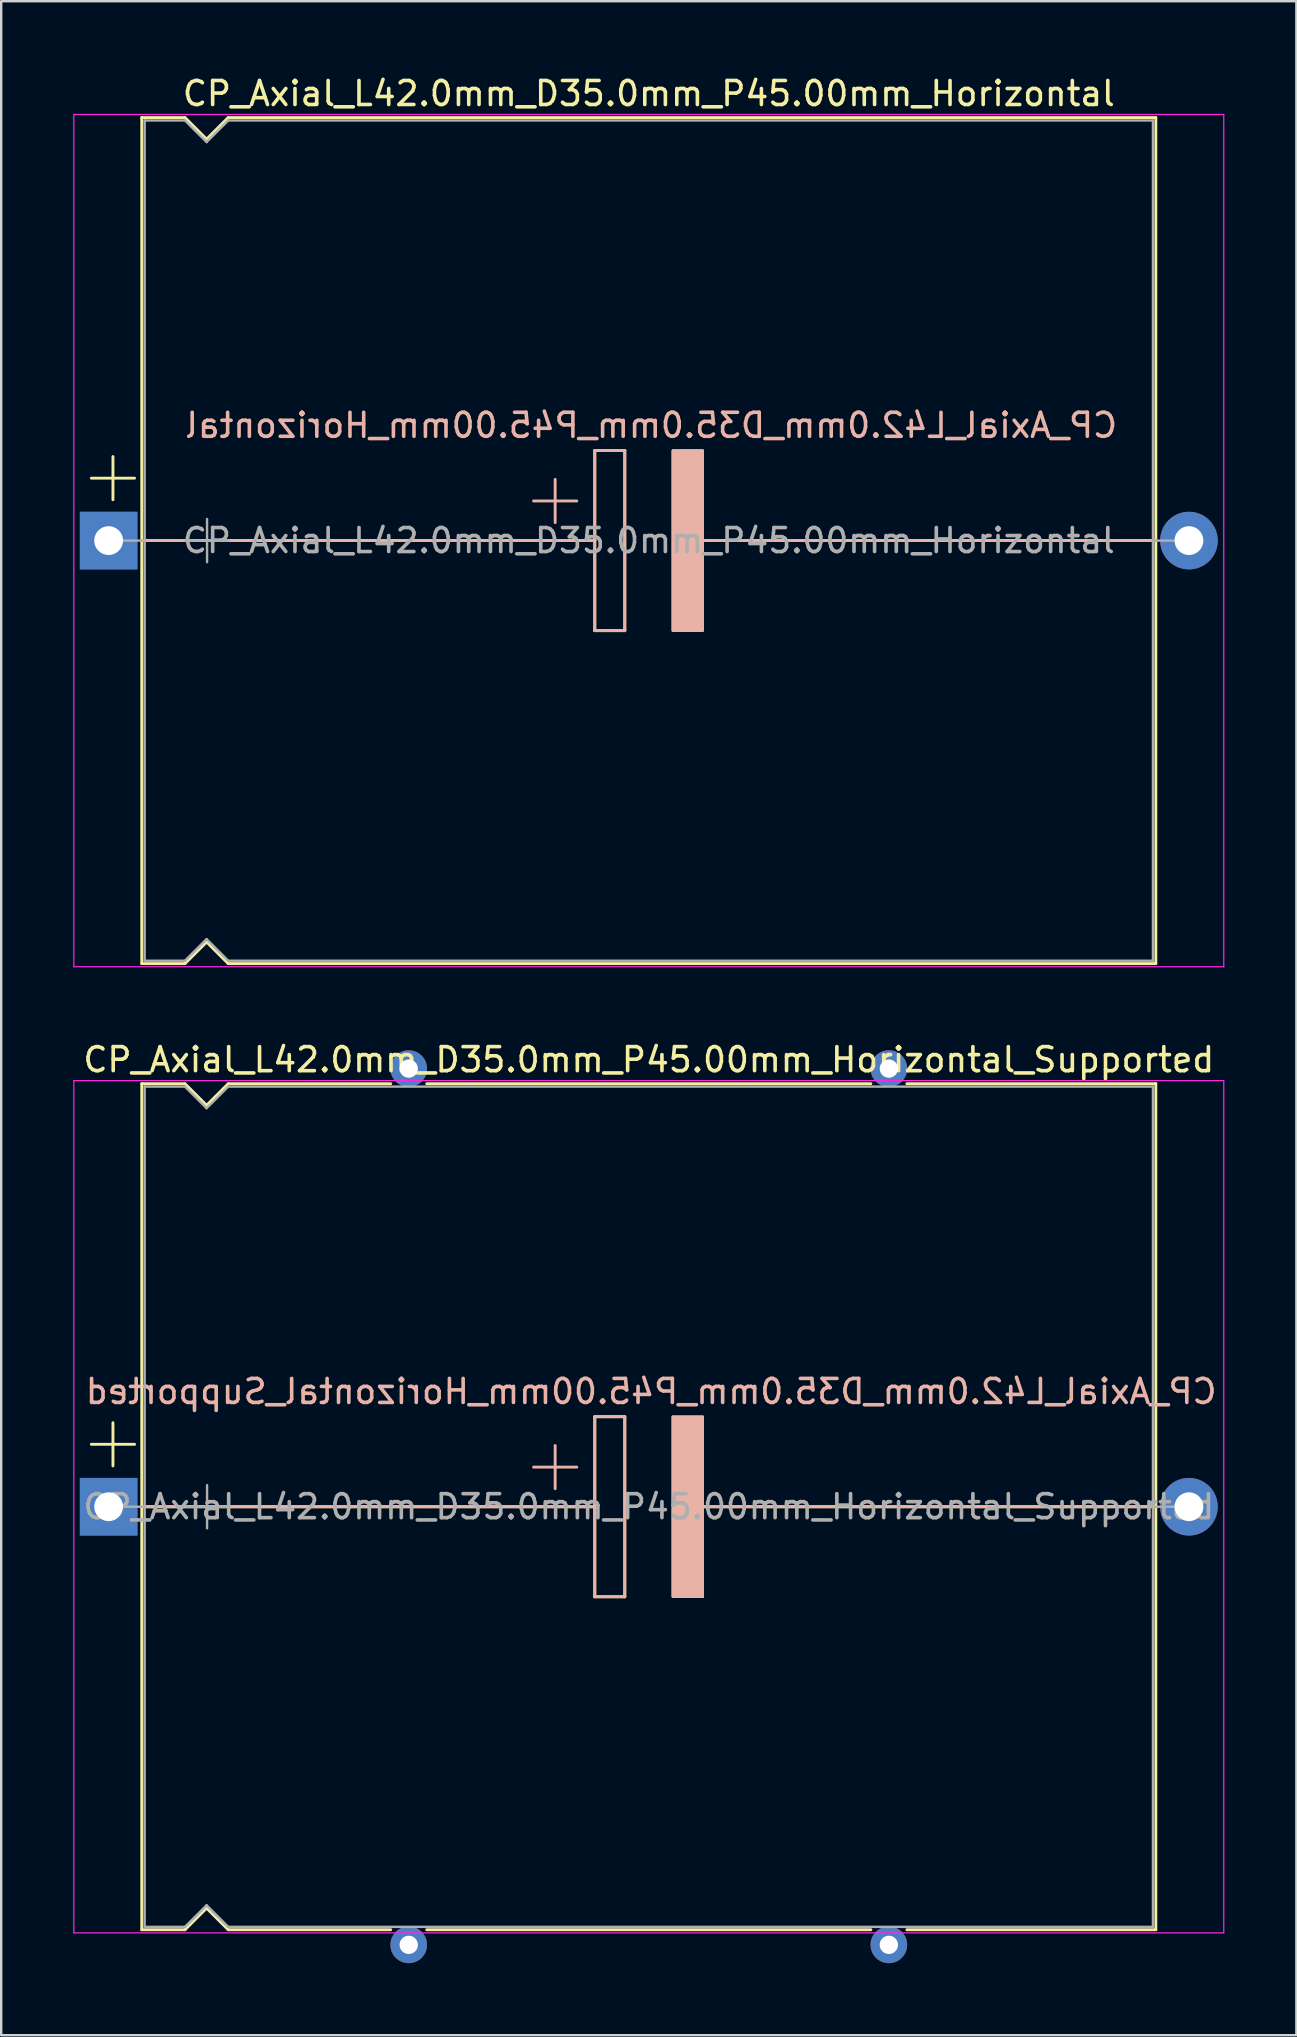
<source format=kicad_pcb>
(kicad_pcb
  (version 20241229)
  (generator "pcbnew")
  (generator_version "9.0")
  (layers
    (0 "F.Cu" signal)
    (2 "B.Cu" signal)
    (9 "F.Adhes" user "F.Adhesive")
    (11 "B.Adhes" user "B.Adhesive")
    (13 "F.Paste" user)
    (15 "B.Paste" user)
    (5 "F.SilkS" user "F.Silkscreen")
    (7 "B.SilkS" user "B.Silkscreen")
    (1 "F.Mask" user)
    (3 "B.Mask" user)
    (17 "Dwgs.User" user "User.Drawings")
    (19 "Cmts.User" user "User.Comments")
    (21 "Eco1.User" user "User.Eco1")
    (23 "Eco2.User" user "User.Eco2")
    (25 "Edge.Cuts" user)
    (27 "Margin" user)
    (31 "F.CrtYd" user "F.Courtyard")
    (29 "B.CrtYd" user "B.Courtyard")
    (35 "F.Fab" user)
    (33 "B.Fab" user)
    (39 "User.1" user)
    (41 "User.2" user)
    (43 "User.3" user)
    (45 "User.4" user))
  (footprint "CP_Axial_L42.0mm_D35.0mm_P45.00mm_Horizontal"
    (layer "F.Cu")
    (at 1.475 19.468)
    (property "Reference" "CP_Axial_L42.0mm_D35.0mm_P45.00mm_Horizontal" (at 22.5 -18.62 0) (layer "F.SilkS") (effects (font (size 1 1) (thickness 0.15))))
    (fp_line (start -0.72 -2.6) (end 1.08 -2.6) (stroke (width 0.12) (type solid)) (layer "F.SilkS"))
    (fp_line (start 0.18 -3.5) (end 0.18 -1.7) (stroke (width 0.12) (type solid)) (layer "F.SilkS"))
    (fp_line (start 1.38 -17.62) (end 1.38 17.62) (stroke (width 0.12) (type solid)) (layer "F.SilkS"))
    (fp_line (start 1.38 -17.62) (end 3.18 -17.62) (stroke (width 0.12) (type solid)) (layer "F.SilkS"))
    (fp_line (start 1.38 17.62) (end 3.18 17.62) (stroke (width 0.12) (type solid)) (layer "F.SilkS"))
    (fp_line (start 1.397 0) (end 20.25 0) (stroke (width 0.12) (type solid)) (layer "F.SilkS"))
    (fp_line (start 3.18 -17.62) (end 4.08 -16.72) (stroke (width 0.12) (type solid)) (layer "F.SilkS"))
    (fp_line (start 3.18 17.62) (end 4.08 16.72) (stroke (width 0.12) (type solid)) (layer "F.SilkS"))
    (fp_line (start 4.08 -16.72) (end 4.98 -17.62) (stroke (width 0.12) (type solid)) (layer "F.SilkS"))
    (fp_line (start 4.08 16.72) (end 4.98 17.62) (stroke (width 0.12) (type solid)) (layer "F.SilkS"))
    (fp_line (start 4.98 -17.62) (end 43.62 -17.62) (stroke (width 0.12) (type solid)) (layer "F.SilkS"))
    (fp_line (start 4.98 17.62) (end 43.62 17.62) (stroke (width 0.12) (type solid)) (layer "F.SilkS"))
    (fp_line (start 20.25 -3.75) (end 21.5 -3.75) (stroke (width 0.12) (type solid)) (layer "F.SilkS"))
    (fp_line (start 20.25 0) (end 20.25 -3.75) (stroke (width 0.12) (type solid)) (layer "F.SilkS"))
    (fp_line (start 20.25 3.75) (end 20.25 0) (stroke (width 0.12) (type solid)) (layer "F.SilkS"))
    (fp_line (start 21.5 -3.75) (end 21.5 3.75) (stroke (width 0.12) (type solid)) (layer "F.SilkS"))
    (fp_line (start 21.5 3.75) (end 20.25 3.75) (stroke (width 0.12) (type solid)) (layer "F.SilkS"))
    (fp_line (start 24.75 0) (end 43.561 0) (stroke (width 0.12) (type solid)) (layer "F.SilkS"))
    (fp_line (start 43.62 -17.62) (end 43.62 17.62) (stroke (width 0.12) (type solid)) (layer "F.SilkS"))
    (fp_poly (pts (xy 24.75 3.75) (xy 23.5 3.75) (xy 23.5 -3.75) (xy 24.75 -3.75)) (stroke (width 0.1) (type solid)) (fill yes) (layer "F.SilkS"))
    (fp_line (start 1.4 0) (end 13.38 0) (stroke (width 0.12) (type solid)) (layer "B.SilkS"))
    (fp_line (start 13.38 0) (end 20.25 0) (stroke (width 0.12) (type solid)) (layer "B.SilkS"))
    (fp_line (start 18.6 -2.55) (end 18.6 -0.75) (stroke (width 0.12) (type solid)) (layer "B.SilkS"))
    (fp_line (start 19.5 -1.65) (end 17.7 -1.65) (stroke (width 0.12) (type solid)) (layer "B.SilkS"))
    (fp_line (start 20.25 -3.75) (end 21.5 -3.75) (stroke (width 0.12) (type solid)) (layer "B.SilkS"))
    (fp_line (start 20.25 0) (end 20.25 -3.75) (stroke (width 0.12) (type solid)) (layer "B.SilkS"))
    (fp_line (start 20.25 3.75) (end 20.25 0) (stroke (width 0.12) (type solid)) (layer "B.SilkS"))
    (fp_line (start 21.5 -3.75) (end 21.5 3.75) (stroke (width 0.12) (type solid)) (layer "B.SilkS"))
    (fp_line (start 21.5 3.75) (end 20.25 3.75) (stroke (width 0.12) (type solid)) (layer "B.SilkS"))
    (fp_line (start 24.75 0) (end 31.62 0) (stroke (width 0.12) (type solid)) (layer "B.SilkS"))
    (fp_line (start 43.6 0) (end 31.62 0) (stroke (width 0.12) (type solid)) (layer "B.SilkS"))
    (fp_poly (pts (xy 24.75 3.75) (xy 23.5 3.75) (xy 23.5 -3.75) (xy 24.75 -3.75)) (stroke (width 0.1) (type solid)) (fill yes) (layer "B.SilkS"))
    (fp_line (start -1.45 -17.75) (end -1.45 17.75) (stroke (width 0.05) (type solid)) (layer "F.CrtYd"))
    (fp_line (start -1.45 17.75) (end 46.45 17.75) (stroke (width 0.05) (type solid)) (layer "F.CrtYd"))
    (fp_line (start 46.45 -17.75) (end -1.45 -17.75) (stroke (width 0.05) (type solid)) (layer "F.CrtYd"))
    (fp_line (start 46.45 17.75) (end 46.45 -17.75) (stroke (width 0.05) (type solid)) (layer "F.CrtYd"))
    (fp_line (start 0 0) (end 1.5 0) (stroke (width 0.1) (type solid)) (layer "F.Fab"))
    (fp_line (start 1.5 -17.5) (end 1.5 17.5) (stroke (width 0.1) (type solid)) (layer "F.Fab"))
    (fp_line (start 1.5 -17.5) (end 3.18 -17.5) (stroke (width 0.1) (type solid)) (layer "F.Fab"))
    (fp_line (start 1.5 17.5) (end 3.18 17.5) (stroke (width 0.1) (type solid)) (layer "F.Fab"))
    (fp_line (start 3.18 -17.5) (end 4.08 -16.6) (stroke (width 0.1) (type solid)) (layer "F.Fab"))
    (fp_line (start 3.18 17.5) (end 4.08 16.6) (stroke (width 0.1) (type solid)) (layer "F.Fab"))
    (fp_line (start 3.2 0) (end 5 0) (stroke (width 0.1) (type solid)) (layer "F.Fab"))
    (fp_line (start 4.08 -16.6) (end 4.98 -17.5) (stroke (width 0.1) (type solid)) (layer "F.Fab"))
    (fp_line (start 4.08 16.6) (end 4.98 17.5) (stroke (width 0.1) (type solid)) (layer "F.Fab"))
    (fp_line (start 4.1 -0.9) (end 4.1 0.9) (stroke (width 0.1) (type solid)) (layer "F.Fab"))
    (fp_line (start 4.98 -17.5) (end 43.5 -17.5) (stroke (width 0.1) (type solid)) (layer "F.Fab"))
    (fp_line (start 4.98 17.5) (end 43.5 17.5) (stroke (width 0.1) (type solid)) (layer "F.Fab"))
    (fp_line (start 43.5 -17.5) (end 43.5 17.5) (stroke (width 0.1) (type solid)) (layer "F.Fab"))
    (fp_line (start 45 0) (end 43.5 0) (stroke (width 0.1) (type solid)) (layer "F.Fab"))
    (fp_text user "${REFERENCE}" (at 22.6 -4.8 0) (layer "B.SilkS") (effects (font (size 1 1) (thickness 0.15)) (justify mirror)))
    (fp_text user "${REFERENCE}" (at 22.5 0 0) (layer "F.Fab") (effects (font (size 1 1) (thickness 0.15))))
    (pad "1" thru_hole rect (at 0 0) (size 2.4 2.4) (drill 1.2) (layers "*.Cu" "*.Mask"))
    (pad "2" thru_hole oval (at 45 0) (size 2.4 2.4) (drill 1.2) (layers "*.Cu" "*.Mask")))
  (footprint "CP_Axial_L42.0mm_D35.0mm_P45.00mm_Horizontal_Supported"
    (layer "F.Cu")
    (at 1.475 59.712)
    (property "Reference" "CP_Axial_L42.0mm_D35.0mm_P45.00mm_Horizontal_Supported" (at 22.5 -18.62 0) (layer "F.SilkS") (effects (font (size 1 1) (thickness 0.15))))
    (fp_line (start -0.72 -2.6) (end 1.08 -2.6) (stroke (width 0.12) (type solid)) (layer "F.SilkS"))
    (fp_line (start 0.18 -3.5) (end 0.18 -1.7) (stroke (width 0.12) (type solid)) (layer "F.SilkS"))
    (fp_line (start 1.38 -17.62) (end 1.38 17.62) (stroke (width 0.12) (type solid)) (layer "F.SilkS"))
    (fp_line (start 1.38 -17.62) (end 3.18 -17.62) (stroke (width 0.12) (type solid)) (layer "F.SilkS"))
    (fp_line (start 1.38 17.62) (end 3.18 17.62) (stroke (width 0.12) (type solid)) (layer "F.SilkS"))
    (fp_line (start 1.397 0) (end 20.25 0) (stroke (width 0.12) (type solid)) (layer "F.SilkS"))
    (fp_line (start 3.18 -17.62) (end 4.08 -16.72) (stroke (width 0.12) (type solid)) (layer "F.SilkS"))
    (fp_line (start 3.18 17.62) (end 4.08 16.72) (stroke (width 0.12) (type solid)) (layer "F.SilkS"))
    (fp_line (start 4.08 -16.72) (end 4.98 -17.62) (stroke (width 0.12) (type solid)) (layer "F.SilkS"))
    (fp_line (start 4.08 16.72) (end 4.98 17.62) (stroke (width 0.12) (type solid)) (layer "F.SilkS"))
    (fp_line (start 4.98 -17.62) (end 11.75 -17.62) (stroke (width 0.12) (type solid)) (layer "F.SilkS"))
    (fp_line (start 4.98 17.62) (end 11.75 17.62) (stroke (width 0.12) (type solid)) (layer "F.SilkS"))
    (fp_line (start 13.25 -17.62) (end 31.75 -17.62) (stroke (width 0.12) (type solid)) (layer "F.SilkS"))
    (fp_line (start 13.25 17.62) (end 31.75 17.62) (stroke (width 0.12) (type solid)) (layer "F.SilkS"))
    (fp_line (start 20.25 -3.75) (end 21.5 -3.75) (stroke (width 0.12) (type solid)) (layer "F.SilkS"))
    (fp_line (start 20.25 0) (end 20.25 -3.75) (stroke (width 0.12) (type solid)) (layer "F.SilkS"))
    (fp_line (start 20.25 3.75) (end 20.25 0) (stroke (width 0.12) (type solid)) (layer "F.SilkS"))
    (fp_line (start 21.5 -3.75) (end 21.5 3.75) (stroke (width 0.12) (type solid)) (layer "F.SilkS"))
    (fp_line (start 21.5 3.75) (end 20.25 3.75) (stroke (width 0.12) (type solid)) (layer "F.SilkS"))
    (fp_line (start 24.75 0) (end 43.561 0) (stroke (width 0.12) (type solid)) (layer "F.SilkS"))
    (fp_line (start 33.25 -17.62) (end 43.62 -17.62) (stroke (width 0.12) (type solid)) (layer "F.SilkS"))
    (fp_line (start 33.25 17.62) (end 43.62 17.62) (stroke (width 0.12) (type solid)) (layer "F.SilkS"))
    (fp_line (start 43.62 -17.62) (end 43.62 17.62) (stroke (width 0.12) (type solid)) (layer "F.SilkS"))
    (fp_poly (pts (xy 24.75 3.75) (xy 23.5 3.75) (xy 23.5 -3.75) (xy 24.75 -3.75)) (stroke (width 0.1) (type solid)) (fill yes) (layer "F.SilkS"))
    (fp_line (start 1.4 0) (end 13.38 0) (stroke (width 0.12) (type solid)) (layer "B.SilkS"))
    (fp_line (start 13.38 0) (end 20.25 0) (stroke (width 0.12) (type solid)) (layer "B.SilkS"))
    (fp_line (start 18.6 -2.55) (end 18.6 -0.75) (stroke (width 0.12) (type solid)) (layer "B.SilkS"))
    (fp_line (start 19.5 -1.65) (end 17.7 -1.65) (stroke (width 0.12) (type solid)) (layer "B.SilkS"))
    (fp_line (start 20.25 -3.75) (end 21.5 -3.75) (stroke (width 0.12) (type solid)) (layer "B.SilkS"))
    (fp_line (start 20.25 0) (end 20.25 -3.75) (stroke (width 0.12) (type solid)) (layer "B.SilkS"))
    (fp_line (start 20.25 3.75) (end 20.25 0) (stroke (width 0.12) (type solid)) (layer "B.SilkS"))
    (fp_line (start 21.5 -3.75) (end 21.5 3.75) (stroke (width 0.12) (type solid)) (layer "B.SilkS"))
    (fp_line (start 21.5 3.75) (end 20.25 3.75) (stroke (width 0.12) (type solid)) (layer "B.SilkS"))
    (fp_line (start 24.75 0) (end 31.62 0) (stroke (width 0.12) (type solid)) (layer "B.SilkS"))
    (fp_line (start 43.6 0) (end 31.62 0) (stroke (width 0.12) (type solid)) (layer "B.SilkS"))
    (fp_poly (pts (xy 24.75 3.75) (xy 23.5 3.75) (xy 23.5 -3.75) (xy 24.75 -3.75)) (stroke (width 0.1) (type solid)) (fill yes) (layer "B.SilkS"))
    (fp_line (start -1.45 -17.75) (end -1.45 17.75) (stroke (width 0.05) (type solid)) (layer "F.CrtYd"))
    (fp_line (start -1.45 17.75) (end 46.45 17.75) (stroke (width 0.05) (type solid)) (layer "F.CrtYd"))
    (fp_line (start 46.45 -17.75) (end -1.45 -17.75) (stroke (width 0.05) (type solid)) (layer "F.CrtYd"))
    (fp_line (start 46.45 17.75) (end 46.45 -17.75) (stroke (width 0.05) (type solid)) (layer "F.CrtYd"))
    (fp_line (start 0 0) (end 1.5 0) (stroke (width 0.1) (type solid)) (layer "F.Fab"))
    (fp_line (start 1.5 -17.5) (end 1.5 17.5) (stroke (width 0.1) (type solid)) (layer "F.Fab"))
    (fp_line (start 1.5 -17.5) (end 3.18 -17.5) (stroke (width 0.1) (type solid)) (layer "F.Fab"))
    (fp_line (start 1.5 17.5) (end 3.18 17.5) (stroke (width 0.1) (type solid)) (layer "F.Fab"))
    (fp_line (start 3.18 -17.5) (end 4.08 -16.6) (stroke (width 0.1) (type solid)) (layer "F.Fab"))
    (fp_line (start 3.18 17.5) (end 4.08 16.6) (stroke (width 0.1) (type solid)) (layer "F.Fab"))
    (fp_line (start 3.2 0) (end 5 0) (stroke (width 0.1) (type solid)) (layer "F.Fab"))
    (fp_line (start 4.08 -16.6) (end 4.98 -17.5) (stroke (width 0.1) (type solid)) (layer "F.Fab"))
    (fp_line (start 4.08 16.6) (end 4.98 17.5) (stroke (width 0.1) (type solid)) (layer "F.Fab"))
    (fp_line (start 4.1 -0.9) (end 4.1 0.9) (stroke (width 0.1) (type solid)) (layer "F.Fab"))
    (fp_line (start 4.98 -17.5) (end 43.5 -17.5) (stroke (width 0.1) (type solid)) (layer "F.Fab"))
    (fp_line (start 4.98 17.5) (end 43.5 17.5) (stroke (width 0.1) (type solid)) (layer "F.Fab"))
    (fp_line (start 43.5 -17.5) (end 43.5 17.5) (stroke (width 0.1) (type solid)) (layer "F.Fab"))
    (fp_line (start 45 0) (end 43.5 0) (stroke (width 0.1) (type solid)) (layer "F.Fab"))
    (fp_text user "${REFERENCE}" (at 22.6 -4.8 0) (layer "B.SilkS") (effects (font (size 1 1) (thickness 0.15)) (justify mirror)))
    (fp_text user "${REFERENCE}" (at 22.5 0 0) (layer "F.Fab") (effects (font (size 1 1) (thickness 0.15))))
    (pad "" thru_hole circle (at 12.5 -18.25) (size 1.524 1.524) (drill 0.762) (layers "*.Cu" "*.Mask"))
    (pad "" thru_hole circle (at 12.5 18.25) (size 1.524 1.524) (drill 0.762) (layers "*.Cu" "*.Mask"))
    (pad "" thru_hole circle (at 32.5 -18.25) (size 1.524 1.524) (drill 0.762) (layers "*.Cu" "*.Mask"))
    (pad "" thru_hole circle (at 32.5 18.25) (size 1.524 1.524) (drill 0.762) (layers "*.Cu" "*.Mask"))
    (pad "1" thru_hole rect (at 0 0) (size 2.4 2.4) (drill 1.2) (layers "*.Cu" "*.Mask"))
    (pad "2" thru_hole oval (at 45 0) (size 2.4 2.4) (drill 1.2) (layers "*.Cu" "*.Mask")))
  (gr_rect
    (start -3 -3)
    (end 50.95 81.724)
    (stroke (width 0.1) (type default))
    (fill no)
    (layer "Edge.Cuts")))
</source>
